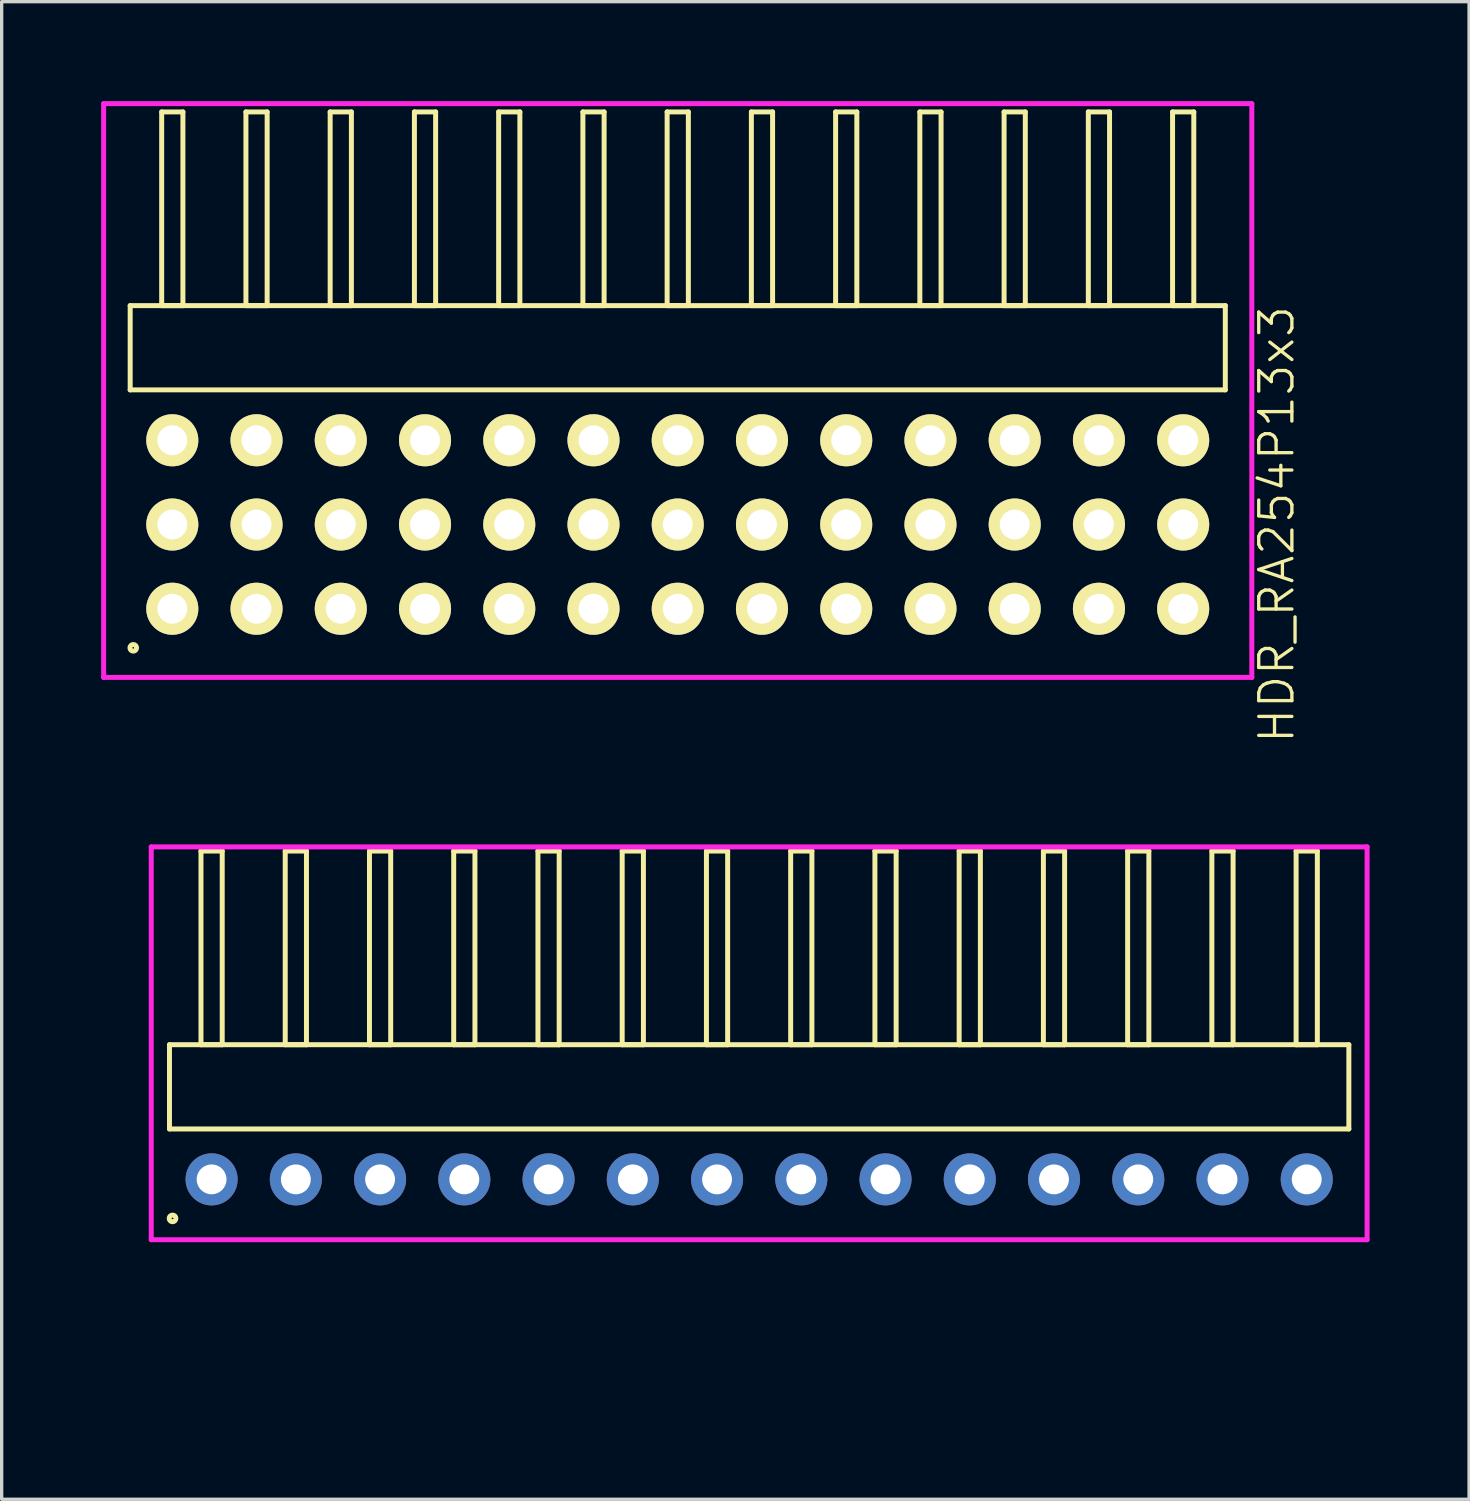
<source format=kicad_pcb>
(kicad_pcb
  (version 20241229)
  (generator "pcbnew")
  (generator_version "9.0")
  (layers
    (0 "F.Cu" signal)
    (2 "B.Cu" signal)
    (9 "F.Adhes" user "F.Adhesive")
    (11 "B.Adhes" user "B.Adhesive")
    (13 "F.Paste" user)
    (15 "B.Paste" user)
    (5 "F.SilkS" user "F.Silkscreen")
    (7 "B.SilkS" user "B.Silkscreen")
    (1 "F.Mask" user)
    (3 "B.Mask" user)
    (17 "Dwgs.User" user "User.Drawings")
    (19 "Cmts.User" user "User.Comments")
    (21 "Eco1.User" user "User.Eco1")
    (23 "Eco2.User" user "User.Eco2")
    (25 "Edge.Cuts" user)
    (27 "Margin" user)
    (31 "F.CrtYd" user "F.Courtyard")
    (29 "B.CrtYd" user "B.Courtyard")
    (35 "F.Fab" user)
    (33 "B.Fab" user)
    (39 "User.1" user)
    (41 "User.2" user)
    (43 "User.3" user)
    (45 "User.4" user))
  (footprint "HDR_RA254P14x1"
    (layer "F.Cu")
    (at 19.84 32.51)
    (property "Reference" "HDR_RA254P14x1" (at -19.08 0 90) (layer "User.1") (effects (font (size 1 1) (thickness 0.1))))
    (attr through_hole)
    (fp_line (start -17.78 -4.06) (end -17.78 -1.52) (stroke (width 0.15) (type solid)) (layer "F.SilkS"))
    (fp_line (start -17.78 -1.52) (end 17.78 -1.52) (stroke (width 0.15) (type solid)) (layer "F.SilkS"))
    (fp_line (start -16.83 -9.9) (end -16.83 -4.06) (stroke (width 0.15) (type solid)) (layer "F.SilkS"))
    (fp_line (start -16.83 -4.06) (end -16.19 -4.06) (stroke (width 0.15) (type solid)) (layer "F.SilkS"))
    (fp_line (start -16.19 -9.9) (end -16.83 -9.9) (stroke (width 0.15) (type solid)) (layer "F.SilkS"))
    (fp_line (start -16.19 -4.06) (end -16.19 -9.9) (stroke (width 0.15) (type solid)) (layer "F.SilkS"))
    (fp_line (start -14.29 -9.9) (end -14.29 -4.06) (stroke (width 0.15) (type solid)) (layer "F.SilkS"))
    (fp_line (start -14.29 -4.06) (end -13.65 -4.06) (stroke (width 0.15) (type solid)) (layer "F.SilkS"))
    (fp_line (start -13.65 -9.9) (end -14.29 -9.9) (stroke (width 0.15) (type solid)) (layer "F.SilkS"))
    (fp_line (start -13.65 -4.06) (end -13.65 -9.9) (stroke (width 0.15) (type solid)) (layer "F.SilkS"))
    (fp_line (start -11.75 -9.9) (end -11.75 -4.06) (stroke (width 0.15) (type solid)) (layer "F.SilkS"))
    (fp_line (start -11.75 -4.06) (end -11.11 -4.06) (stroke (width 0.15) (type solid)) (layer "F.SilkS"))
    (fp_line (start -11.11 -9.9) (end -11.75 -9.9) (stroke (width 0.15) (type solid)) (layer "F.SilkS"))
    (fp_line (start -11.11 -4.06) (end -11.11 -9.9) (stroke (width 0.15) (type solid)) (layer "F.SilkS"))
    (fp_line (start -9.21 -9.9) (end -9.21 -4.06) (stroke (width 0.15) (type solid)) (layer "F.SilkS"))
    (fp_line (start -9.21 -4.06) (end -8.57 -4.06) (stroke (width 0.15) (type solid)) (layer "F.SilkS"))
    (fp_line (start -8.57 -9.9) (end -9.21 -9.9) (stroke (width 0.15) (type solid)) (layer "F.SilkS"))
    (fp_line (start -8.57 -4.06) (end -8.57 -9.9) (stroke (width 0.15) (type solid)) (layer "F.SilkS"))
    (fp_line (start -6.67 -9.9) (end -6.67 -4.06) (stroke (width 0.15) (type solid)) (layer "F.SilkS"))
    (fp_line (start -6.67 -4.06) (end -6.03 -4.06) (stroke (width 0.15) (type solid)) (layer "F.SilkS"))
    (fp_line (start -6.03 -9.9) (end -6.67 -9.9) (stroke (width 0.15) (type solid)) (layer "F.SilkS"))
    (fp_line (start -6.03 -4.06) (end -6.03 -9.9) (stroke (width 0.15) (type solid)) (layer "F.SilkS"))
    (fp_line (start -4.13 -9.9) (end -4.13 -4.06) (stroke (width 0.15) (type solid)) (layer "F.SilkS"))
    (fp_line (start -4.13 -4.06) (end -3.49 -4.06) (stroke (width 0.15) (type solid)) (layer "F.SilkS"))
    (fp_line (start -3.49 -9.9) (end -4.13 -9.9) (stroke (width 0.15) (type solid)) (layer "F.SilkS"))
    (fp_line (start -3.49 -4.06) (end -3.49 -9.9) (stroke (width 0.15) (type solid)) (layer "F.SilkS"))
    (fp_line (start -1.59 -9.9) (end -1.59 -4.06) (stroke (width 0.15) (type solid)) (layer "F.SilkS"))
    (fp_line (start -1.59 -4.06) (end -0.95 -4.06) (stroke (width 0.15) (type solid)) (layer "F.SilkS"))
    (fp_line (start -0.95 -9.9) (end -1.59 -9.9) (stroke (width 0.15) (type solid)) (layer "F.SilkS"))
    (fp_line (start -0.95 -4.06) (end -0.95 -9.9) (stroke (width 0.15) (type solid)) (layer "F.SilkS"))
    (fp_line (start 0.95 -9.9) (end 0.95 -4.06) (stroke (width 0.15) (type solid)) (layer "F.SilkS"))
    (fp_line (start 0.95 -4.06) (end 1.59 -4.06) (stroke (width 0.15) (type solid)) (layer "F.SilkS"))
    (fp_line (start 1.59 -9.9) (end 0.95 -9.9) (stroke (width 0.15) (type solid)) (layer "F.SilkS"))
    (fp_line (start 1.59 -4.06) (end 1.59 -9.9) (stroke (width 0.15) (type solid)) (layer "F.SilkS"))
    (fp_line (start 3.49 -9.9) (end 3.49 -4.06) (stroke (width 0.15) (type solid)) (layer "F.SilkS"))
    (fp_line (start 3.49 -4.06) (end 4.13 -4.06) (stroke (width 0.15) (type solid)) (layer "F.SilkS"))
    (fp_line (start 4.13 -9.9) (end 3.49 -9.9) (stroke (width 0.15) (type solid)) (layer "F.SilkS"))
    (fp_line (start 4.13 -4.06) (end 4.13 -9.9) (stroke (width 0.15) (type solid)) (layer "F.SilkS"))
    (fp_line (start 6.03 -9.9) (end 6.03 -4.06) (stroke (width 0.15) (type solid)) (layer "F.SilkS"))
    (fp_line (start 6.03 -4.06) (end 6.67 -4.06) (stroke (width 0.15) (type solid)) (layer "F.SilkS"))
    (fp_line (start 6.67 -9.9) (end 6.03 -9.9) (stroke (width 0.15) (type solid)) (layer "F.SilkS"))
    (fp_line (start 6.67 -4.06) (end 6.67 -9.9) (stroke (width 0.15) (type solid)) (layer "F.SilkS"))
    (fp_line (start 8.57 -9.9) (end 8.57 -4.06) (stroke (width 0.15) (type solid)) (layer "F.SilkS"))
    (fp_line (start 8.57 -4.06) (end 9.21 -4.06) (stroke (width 0.15) (type solid)) (layer "F.SilkS"))
    (fp_line (start 9.21 -9.9) (end 8.57 -9.9) (stroke (width 0.15) (type solid)) (layer "F.SilkS"))
    (fp_line (start 9.21 -4.06) (end 9.21 -9.9) (stroke (width 0.15) (type solid)) (layer "F.SilkS"))
    (fp_line (start 11.11 -9.9) (end 11.11 -4.06) (stroke (width 0.15) (type solid)) (layer "F.SilkS"))
    (fp_line (start 11.11 -4.06) (end 11.75 -4.06) (stroke (width 0.15) (type solid)) (layer "F.SilkS"))
    (fp_line (start 11.75 -9.9) (end 11.11 -9.9) (stroke (width 0.15) (type solid)) (layer "F.SilkS"))
    (fp_line (start 11.75 -4.06) (end 11.75 -9.9) (stroke (width 0.15) (type solid)) (layer "F.SilkS"))
    (fp_line (start 13.65 -9.9) (end 13.65 -4.06) (stroke (width 0.15) (type solid)) (layer "F.SilkS"))
    (fp_line (start 13.65 -4.06) (end 14.29 -4.06) (stroke (width 0.15) (type solid)) (layer "F.SilkS"))
    (fp_line (start 14.29 -9.9) (end 13.65 -9.9) (stroke (width 0.15) (type solid)) (layer "F.SilkS"))
    (fp_line (start 14.29 -4.06) (end 14.29 -9.9) (stroke (width 0.15) (type solid)) (layer "F.SilkS"))
    (fp_line (start 16.19 -9.9) (end 16.19 -4.06) (stroke (width 0.15) (type solid)) (layer "F.SilkS"))
    (fp_line (start 16.19 -4.06) (end 16.83 -4.06) (stroke (width 0.15) (type solid)) (layer "F.SilkS"))
    (fp_line (start 16.83 -9.9) (end 16.19 -9.9) (stroke (width 0.15) (type solid)) (layer "F.SilkS"))
    (fp_line (start 16.83 -4.06) (end 16.83 -9.9) (stroke (width 0.15) (type solid)) (layer "F.SilkS"))
    (fp_line (start 17.78 -4.06) (end -17.78 -4.06) (stroke (width 0.15) (type solid)) (layer "F.SilkS"))
    (fp_line (start 17.78 -1.52) (end 17.78 -4.06) (stroke (width 0.15) (type solid)) (layer "F.SilkS"))
    (fp_circle (center -17.688 1.177) (end -17.587 1.177) (stroke (width 0.15) (type solid)) (fill no) (layer "F.SilkS"))
    (fp_line (start -18.33 -10.025) (end -18.33 1.82) (stroke (width 0.15) (type solid)) (layer "F.CrtYd"))
    (fp_line (start -18.33 1.82) (end 18.33 1.82) (stroke (width 0.15) (type solid)) (layer "F.CrtYd"))
    (fp_line (start 18.33 -10.025) (end -18.33 -10.025) (stroke (width 0.15) (type solid)) (layer "F.CrtYd"))
    (fp_line (start 18.33 1.82) (end 18.33 -10.025) (stroke (width 0.15) (type solid)) (layer "F.CrtYd"))
    (pad "1" thru_hole oval (at -16.51 0) (size 1.57 1.57) (drill 0.9) (layers "*.Cu" "*.Mask"))
    (pad "2" thru_hole oval (at -13.97 0) (size 1.57 1.57) (drill 0.9) (layers "*.Cu" "*.Mask"))
    (pad "3" thru_hole oval (at -11.43 0) (size 1.57 1.57) (drill 0.9) (layers "*.Cu" "*.Mask"))
    (pad "4" thru_hole oval (at -8.89 0) (size 1.57 1.57) (drill 0.9) (layers "*.Cu" "*.Mask"))
    (pad "5" thru_hole oval (at -6.35 0) (size 1.57 1.57) (drill 0.9) (layers "*.Cu" "*.Mask"))
    (pad "6" thru_hole oval (at -3.81 0) (size 1.57 1.57) (drill 0.9) (layers "*.Cu" "*.Mask"))
    (pad "7" thru_hole oval (at -1.27 0) (size 1.57 1.57) (drill 0.9) (layers "*.Cu" "*.Mask"))
    (pad "8" thru_hole oval (at 1.27 0) (size 1.57 1.57) (drill 0.9) (layers "*.Cu" "*.Mask"))
    (pad "9" thru_hole oval (at 3.81 0) (size 1.57 1.57) (drill 0.9) (layers "*.Cu" "*.Mask"))
    (pad "10" thru_hole oval (at 6.35 0) (size 1.57 1.57) (drill 0.9) (layers "*.Cu" "*.Mask"))
    (pad "11" thru_hole oval (at 8.89 0) (size 1.57 1.57) (drill 0.9) (layers "*.Cu" "*.Mask"))
    (pad "12" thru_hole oval (at 11.43 0) (size 1.57 1.57) (drill 0.9) (layers "*.Cu" "*.Mask"))
    (pad "13" thru_hole oval (at 13.97 0) (size 1.57 1.57) (drill 0.9) (layers "*.Cu" "*.Mask"))
    (pad "14" thru_hole oval (at 16.51 0) (size 1.57 1.57) (drill 0.9) (layers "*.Cu" "*.Mask")))
  (footprint "HDR_RA254P13x3"
    (layer "F.Cu")
    (at 17.385 12.765)
    (property "Reference" "HDR_RA254P13x3" (at 18.06 0 90) (layer "F.SilkS") (effects (font (size 1 1) (thickness 0.1))))
    (attr through_hole)
    (fp_line (start -16.51 -6.6) (end -16.51 -4.06) (stroke (width 0.15) (type solid)) (layer "F.SilkS"))
    (fp_line (start -16.51 -4.06) (end 16.51 -4.06) (stroke (width 0.15) (type solid)) (layer "F.SilkS"))
    (fp_line (start -15.56 -12.44) (end -15.56 -6.6) (stroke (width 0.15) (type solid)) (layer "F.SilkS"))
    (fp_line (start -15.56 -6.6) (end -14.92 -6.6) (stroke (width 0.15) (type solid)) (layer "F.SilkS"))
    (fp_line (start -14.92 -12.44) (end -15.56 -12.44) (stroke (width 0.15) (type solid)) (layer "F.SilkS"))
    (fp_line (start -14.92 -6.6) (end -14.92 -12.44) (stroke (width 0.15) (type solid)) (layer "F.SilkS"))
    (fp_line (start -13.02 -12.44) (end -13.02 -6.6) (stroke (width 0.15) (type solid)) (layer "F.SilkS"))
    (fp_line (start -13.02 -6.6) (end -12.38 -6.6) (stroke (width 0.15) (type solid)) (layer "F.SilkS"))
    (fp_line (start -12.38 -12.44) (end -13.02 -12.44) (stroke (width 0.15) (type solid)) (layer "F.SilkS"))
    (fp_line (start -12.38 -6.6) (end -12.38 -12.44) (stroke (width 0.15) (type solid)) (layer "F.SilkS"))
    (fp_line (start -10.48 -12.44) (end -10.48 -6.6) (stroke (width 0.15) (type solid)) (layer "F.SilkS"))
    (fp_line (start -10.48 -6.6) (end -9.84 -6.6) (stroke (width 0.15) (type solid)) (layer "F.SilkS"))
    (fp_line (start -9.84 -12.44) (end -10.48 -12.44) (stroke (width 0.15) (type solid)) (layer "F.SilkS"))
    (fp_line (start -9.84 -6.6) (end -9.84 -12.44) (stroke (width 0.15) (type solid)) (layer "F.SilkS"))
    (fp_line (start -7.94 -12.44) (end -7.94 -6.6) (stroke (width 0.15) (type solid)) (layer "F.SilkS"))
    (fp_line (start -7.94 -6.6) (end -7.3 -6.6) (stroke (width 0.15) (type solid)) (layer "F.SilkS"))
    (fp_line (start -7.3 -12.44) (end -7.94 -12.44) (stroke (width 0.15) (type solid)) (layer "F.SilkS"))
    (fp_line (start -7.3 -6.6) (end -7.3 -12.44) (stroke (width 0.15) (type solid)) (layer "F.SilkS"))
    (fp_line (start -5.4 -12.44) (end -5.4 -6.6) (stroke (width 0.15) (type solid)) (layer "F.SilkS"))
    (fp_line (start -5.4 -6.6) (end -4.76 -6.6) (stroke (width 0.15) (type solid)) (layer "F.SilkS"))
    (fp_line (start -4.76 -12.44) (end -5.4 -12.44) (stroke (width 0.15) (type solid)) (layer "F.SilkS"))
    (fp_line (start -4.76 -6.6) (end -4.76 -12.44) (stroke (width 0.15) (type solid)) (layer "F.SilkS"))
    (fp_line (start -2.86 -12.44) (end -2.86 -6.6) (stroke (width 0.15) (type solid)) (layer "F.SilkS"))
    (fp_line (start -2.86 -6.6) (end -2.22 -6.6) (stroke (width 0.15) (type solid)) (layer "F.SilkS"))
    (fp_line (start -2.22 -12.44) (end -2.86 -12.44) (stroke (width 0.15) (type solid)) (layer "F.SilkS"))
    (fp_line (start -2.22 -6.6) (end -2.22 -12.44) (stroke (width 0.15) (type solid)) (layer "F.SilkS"))
    (fp_line (start -0.32 -12.44) (end -0.32 -6.6) (stroke (width 0.15) (type solid)) (layer "F.SilkS"))
    (fp_line (start -0.32 -6.6) (end 0.32 -6.6) (stroke (width 0.15) (type solid)) (layer "F.SilkS"))
    (fp_line (start 0.32 -12.44) (end -0.32 -12.44) (stroke (width 0.15) (type solid)) (layer "F.SilkS"))
    (fp_line (start 0.32 -6.6) (end 0.32 -12.44) (stroke (width 0.15) (type solid)) (layer "F.SilkS"))
    (fp_line (start 2.22 -12.44) (end 2.22 -6.6) (stroke (width 0.15) (type solid)) (layer "F.SilkS"))
    (fp_line (start 2.22 -6.6) (end 2.86 -6.6) (stroke (width 0.15) (type solid)) (layer "F.SilkS"))
    (fp_line (start 2.86 -12.44) (end 2.22 -12.44) (stroke (width 0.15) (type solid)) (layer "F.SilkS"))
    (fp_line (start 2.86 -6.6) (end 2.86 -12.44) (stroke (width 0.15) (type solid)) (layer "F.SilkS"))
    (fp_line (start 4.76 -12.44) (end 4.76 -6.6) (stroke (width 0.15) (type solid)) (layer "F.SilkS"))
    (fp_line (start 4.76 -6.6) (end 5.4 -6.6) (stroke (width 0.15) (type solid)) (layer "F.SilkS"))
    (fp_line (start 5.4 -12.44) (end 4.76 -12.44) (stroke (width 0.15) (type solid)) (layer "F.SilkS"))
    (fp_line (start 5.4 -6.6) (end 5.4 -12.44) (stroke (width 0.15) (type solid)) (layer "F.SilkS"))
    (fp_line (start 7.3 -12.44) (end 7.3 -6.6) (stroke (width 0.15) (type solid)) (layer "F.SilkS"))
    (fp_line (start 7.3 -6.6) (end 7.94 -6.6) (stroke (width 0.15) (type solid)) (layer "F.SilkS"))
    (fp_line (start 7.94 -12.44) (end 7.3 -12.44) (stroke (width 0.15) (type solid)) (layer "F.SilkS"))
    (fp_line (start 7.94 -6.6) (end 7.94 -12.44) (stroke (width 0.15) (type solid)) (layer "F.SilkS"))
    (fp_line (start 9.84 -12.44) (end 9.84 -6.6) (stroke (width 0.15) (type solid)) (layer "F.SilkS"))
    (fp_line (start 9.84 -6.6) (end 10.48 -6.6) (stroke (width 0.15) (type solid)) (layer "F.SilkS"))
    (fp_line (start 10.48 -12.44) (end 9.84 -12.44) (stroke (width 0.15) (type solid)) (layer "F.SilkS"))
    (fp_line (start 10.48 -6.6) (end 10.48 -12.44) (stroke (width 0.15) (type solid)) (layer "F.SilkS"))
    (fp_line (start 12.38 -12.44) (end 12.38 -6.6) (stroke (width 0.15) (type solid)) (layer "F.SilkS"))
    (fp_line (start 12.38 -6.6) (end 13.02 -6.6) (stroke (width 0.15) (type solid)) (layer "F.SilkS"))
    (fp_line (start 13.02 -12.44) (end 12.38 -12.44) (stroke (width 0.15) (type solid)) (layer "F.SilkS"))
    (fp_line (start 13.02 -6.6) (end 13.02 -12.44) (stroke (width 0.15) (type solid)) (layer "F.SilkS"))
    (fp_line (start 14.92 -12.44) (end 14.92 -6.6) (stroke (width 0.15) (type solid)) (layer "F.SilkS"))
    (fp_line (start 14.92 -6.6) (end 15.56 -6.6) (stroke (width 0.15) (type solid)) (layer "F.SilkS"))
    (fp_line (start 15.56 -12.44) (end 14.92 -12.44) (stroke (width 0.15) (type solid)) (layer "F.SilkS"))
    (fp_line (start 15.56 -6.6) (end 15.56 -12.44) (stroke (width 0.15) (type solid)) (layer "F.SilkS"))
    (fp_line (start 16.51 -6.6) (end -16.51 -6.6) (stroke (width 0.15) (type solid)) (layer "F.SilkS"))
    (fp_line (start 16.51 -4.06) (end 16.51 -6.6) (stroke (width 0.15) (type solid)) (layer "F.SilkS"))
    (fp_circle (center -16.417 3.718) (end -16.317 3.718) (stroke (width 0.15) (type solid)) (fill no) (layer "F.SilkS"))
    (fp_line (start -17.31 -12.69) (end -17.31 4.61) (stroke (width 0.15) (type solid)) (layer "F.CrtYd"))
    (fp_line (start -17.31 4.61) (end 17.31 4.61) (stroke (width 0.15) (type solid)) (layer "F.CrtYd"))
    (fp_line (start 17.31 -12.69) (end -17.31 -12.69) (stroke (width 0.15) (type solid)) (layer "F.CrtYd"))
    (fp_line (start 17.31 4.61) (end 17.31 -12.69) (stroke (width 0.15) (type solid)) (layer "F.CrtYd"))
    (pad "1" thru_hole oval (at -15.24 2.54) (size 1.57 1.57) (drill 0.9) (layers "*.Cu" "*.Mask" "F.SilkS"))
    (pad "2" thru_hole oval (at -15.24 0) (size 1.57 1.57) (drill 0.9) (layers "*.Cu" "*.Mask" "F.SilkS"))
    (pad "3" thru_hole oval (at -15.24 -2.54) (size 1.57 1.57) (drill 0.9) (layers "*.Cu" "*.Mask" "F.SilkS"))
    (pad "4" thru_hole oval (at -12.7 2.54) (size 1.57 1.57) (drill 0.9) (layers "*.Cu" "*.Mask" "F.SilkS"))
    (pad "5" thru_hole oval (at -12.7 0) (size 1.57 1.57) (drill 0.9) (layers "*.Cu" "*.Mask" "F.SilkS"))
    (pad "6" thru_hole oval (at -12.7 -2.54) (size 1.57 1.57) (drill 0.9) (layers "*.Cu" "*.Mask" "F.SilkS"))
    (pad "7" thru_hole oval (at -10.16 2.54) (size 1.57 1.57) (drill 0.9) (layers "*.Cu" "*.Mask" "F.SilkS"))
    (pad "8" thru_hole oval (at -10.16 0) (size 1.57 1.57) (drill 0.9) (layers "*.Cu" "*.Mask" "F.SilkS"))
    (pad "9" thru_hole oval (at -10.16 -2.54) (size 1.57 1.57) (drill 0.9) (layers "*.Cu" "*.Mask" "F.SilkS"))
    (pad "10" thru_hole oval (at -7.62 2.54) (size 1.57 1.57) (drill 0.9) (layers "*.Cu" "*.Mask" "F.SilkS"))
    (pad "11" thru_hole oval (at -7.62 0) (size 1.57 1.57) (drill 0.9) (layers "*.Cu" "*.Mask" "F.SilkS"))
    (pad "12" thru_hole oval (at -7.62 -2.54) (size 1.57 1.57) (drill 0.9) (layers "*.Cu" "*.Mask" "F.SilkS"))
    (pad "13" thru_hole oval (at -5.08 2.54) (size 1.57 1.57) (drill 0.9) (layers "*.Cu" "*.Mask" "F.SilkS"))
    (pad "14" thru_hole oval (at -5.08 0) (size 1.57 1.57) (drill 0.9) (layers "*.Cu" "*.Mask" "F.SilkS"))
    (pad "15" thru_hole oval (at -5.08 -2.54) (size 1.57 1.57) (drill 0.9) (layers "*.Cu" "*.Mask" "F.SilkS"))
    (pad "16" thru_hole oval (at -2.54 2.54) (size 1.57 1.57) (drill 0.9) (layers "*.Cu" "*.Mask" "F.SilkS"))
    (pad "17" thru_hole oval (at -2.54 0) (size 1.57 1.57) (drill 0.9) (layers "*.Cu" "*.Mask" "F.SilkS"))
    (pad "18" thru_hole oval (at -2.54 -2.54) (size 1.57 1.57) (drill 0.9) (layers "*.Cu" "*.Mask" "F.SilkS"))
    (pad "19" thru_hole oval (at 0 2.54) (size 1.57 1.57) (drill 0.9) (layers "*.Cu" "*.Mask" "F.SilkS"))
    (pad "20" thru_hole oval (at 0 0) (size 1.57 1.57) (drill 0.9) (layers "*.Cu" "*.Mask" "F.SilkS"))
    (pad "21" thru_hole oval (at 0 -2.54) (size 1.57 1.57) (drill 0.9) (layers "*.Cu" "*.Mask" "F.SilkS"))
    (pad "22" thru_hole oval (at 2.54 2.54) (size 1.57 1.57) (drill 0.9) (layers "*.Cu" "*.Mask" "F.SilkS"))
    (pad "23" thru_hole oval (at 2.54 0) (size 1.57 1.57) (drill 0.9) (layers "*.Cu" "*.Mask" "F.SilkS"))
    (pad "24" thru_hole oval (at 2.54 -2.54) (size 1.57 1.57) (drill 0.9) (layers "*.Cu" "*.Mask" "F.SilkS"))
    (pad "25" thru_hole oval (at 5.08 2.54) (size 1.57 1.57) (drill 0.9) (layers "*.Cu" "*.Mask" "F.SilkS"))
    (pad "26" thru_hole oval (at 5.08 0) (size 1.57 1.57) (drill 0.9) (layers "*.Cu" "*.Mask" "F.SilkS"))
    (pad "27" thru_hole oval (at 5.08 -2.54) (size 1.57 1.57) (drill 0.9) (layers "*.Cu" "*.Mask" "F.SilkS"))
    (pad "28" thru_hole oval (at 7.62 2.54) (size 1.57 1.57) (drill 0.9) (layers "*.Cu" "*.Mask" "F.SilkS"))
    (pad "29" thru_hole oval (at 7.62 0) (size 1.57 1.57) (drill 0.9) (layers "*.Cu" "*.Mask" "F.SilkS"))
    (pad "30" thru_hole oval (at 7.62 -2.54) (size 1.57 1.57) (drill 0.9) (layers "*.Cu" "*.Mask" "F.SilkS"))
    (pad "31" thru_hole oval (at 10.16 2.54) (size 1.57 1.57) (drill 0.9) (layers "*.Cu" "*.Mask" "F.SilkS"))
    (pad "32" thru_hole oval (at 10.16 0) (size 1.57 1.57) (drill 0.9) (layers "*.Cu" "*.Mask" "F.SilkS"))
    (pad "33" thru_hole oval (at 10.16 -2.54) (size 1.57 1.57) (drill 0.9) (layers "*.Cu" "*.Mask" "F.SilkS"))
    (pad "34" thru_hole oval (at 12.7 2.54) (size 1.57 1.57) (drill 0.9) (layers "*.Cu" "*.Mask" "F.SilkS"))
    (pad "35" thru_hole oval (at 12.7 0) (size 1.57 1.57) (drill 0.9) (layers "*.Cu" "*.Mask" "F.SilkS"))
    (pad "36" thru_hole oval (at 12.7 -2.54) (size 1.57 1.57) (drill 0.9) (layers "*.Cu" "*.Mask" "F.SilkS"))
    (pad "37" thru_hole oval (at 15.24 2.54) (size 1.57 1.57) (drill 0.9) (layers "*.Cu" "*.Mask" "F.SilkS"))
    (pad "38" thru_hole oval (at 15.24 0) (size 1.57 1.57) (drill 0.9) (layers "*.Cu" "*.Mask" "F.SilkS"))
    (pad "39" thru_hole oval (at 15.24 -2.54) (size 1.57 1.57) (drill 0.9) (layers "*.Cu" "*.Mask" "F.SilkS")))
  (gr_rect
    (start -3 -3)
    (end 41.245 42.155)
    (stroke (width 0.1) (type default))
    (fill no)
    (layer "Edge.Cuts")))
</source>
